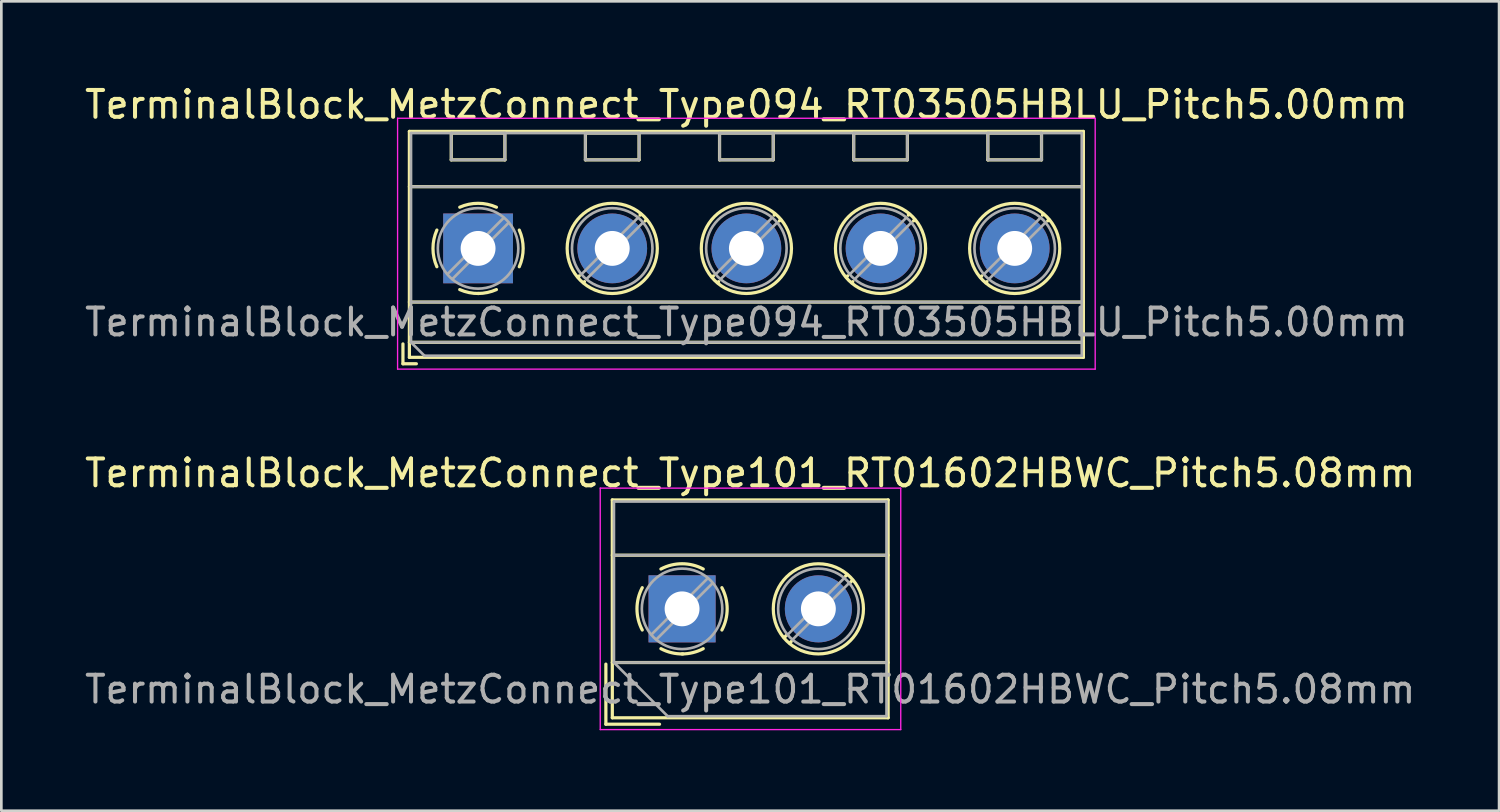
<source format=kicad_pcb>
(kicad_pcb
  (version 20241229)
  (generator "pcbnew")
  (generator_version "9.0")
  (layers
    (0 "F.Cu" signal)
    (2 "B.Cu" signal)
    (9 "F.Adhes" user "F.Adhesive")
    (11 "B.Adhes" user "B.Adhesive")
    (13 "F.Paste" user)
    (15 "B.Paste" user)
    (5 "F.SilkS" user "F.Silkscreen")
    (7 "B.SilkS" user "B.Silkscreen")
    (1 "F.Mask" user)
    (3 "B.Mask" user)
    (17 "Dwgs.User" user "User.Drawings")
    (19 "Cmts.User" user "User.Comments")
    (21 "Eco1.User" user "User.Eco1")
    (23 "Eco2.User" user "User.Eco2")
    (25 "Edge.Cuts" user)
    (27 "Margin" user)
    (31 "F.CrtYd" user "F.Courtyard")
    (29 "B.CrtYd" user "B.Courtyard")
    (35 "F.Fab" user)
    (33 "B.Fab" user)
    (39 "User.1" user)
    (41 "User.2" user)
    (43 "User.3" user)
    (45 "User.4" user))
  (footprint "TerminalBlock_MetzConnect_Type094_RT03505HBLU_Pitch5.00mm"
    (layer "F.Cu")
    (at 14.768 6.208)
    (property "Reference" "TerminalBlock_MetzConnect_Type094_RT03505HBLU_Pitch5.00mm" (at 10 -5.36 0) (layer "F.SilkS") (effects (font (size 1 1) (thickness 0.15))))
    (attr through_hole)
    (fp_line (start -2.8 3.56) (end -2.8 4.3) (stroke (width 0.12) (type solid)) (layer "F.SilkS"))
    (fp_line (start -2.8 4.3) (end -2.3 4.3) (stroke (width 0.12) (type solid)) (layer "F.SilkS"))
    (fp_line (start -2.56 -4.36) (end -2.56 4.06) (stroke (width 0.12) (type solid)) (layer "F.SilkS"))
    (fp_line (start -2.56 -2.3) (end 22.56 -2.3) (stroke (width 0.12) (type solid)) (layer "F.SilkS"))
    (fp_line (start -2.56 2) (end 22.56 2) (stroke (width 0.12) (type solid)) (layer "F.SilkS"))
    (fp_line (start -2.56 3.5) (end 22.56 3.5) (stroke (width 0.12) (type solid)) (layer "F.SilkS"))
    (fp_line (start -2.56 4.06) (end 22.56 4.06) (stroke (width 0.12) (type solid)) (layer "F.SilkS"))
    (fp_line (start -1 -4.3) (end -1 -3.3) (stroke (width 0.12) (type solid)) (layer "F.SilkS"))
    (fp_line (start -1 -4.3) (end 1 -4.3) (stroke (width 0.12) (type solid)) (layer "F.SilkS"))
    (fp_line (start -1 -3.3) (end 1 -3.3) (stroke (width 0.12) (type solid)) (layer "F.SilkS"))
    (fp_line (start 1 -4.3) (end 1 -3.3) (stroke (width 0.12) (type solid)) (layer "F.SilkS"))
    (fp_line (start 3.773 1.023) (end 3.726 1.069) (stroke (width 0.12) (type solid)) (layer "F.SilkS"))
    (fp_line (start 3.966 1.239) (end 3.931 1.274) (stroke (width 0.12) (type solid)) (layer "F.SilkS"))
    (fp_line (start 4 -4.3) (end 4 -3.3) (stroke (width 0.12) (type solid)) (layer "F.SilkS"))
    (fp_line (start 4 -4.3) (end 6 -4.3) (stroke (width 0.12) (type solid)) (layer "F.SilkS"))
    (fp_line (start 4 -3.3) (end 6 -3.3) (stroke (width 0.12) (type solid)) (layer "F.SilkS"))
    (fp_line (start 6 -4.3) (end 6 -3.3) (stroke (width 0.12) (type solid)) (layer "F.SilkS"))
    (fp_line (start 6.07 -1.275) (end 6.035 -1.239) (stroke (width 0.12) (type solid)) (layer "F.SilkS"))
    (fp_line (start 6.275 -1.069) (end 6.228 -1.023) (stroke (width 0.12) (type solid)) (layer "F.SilkS"))
    (fp_line (start 8.773 1.023) (end 8.726 1.069) (stroke (width 0.12) (type solid)) (layer "F.SilkS"))
    (fp_line (start 8.966 1.239) (end 8.931 1.274) (stroke (width 0.12) (type solid)) (layer "F.SilkS"))
    (fp_line (start 9 -4.3) (end 9 -3.3) (stroke (width 0.12) (type solid)) (layer "F.SilkS"))
    (fp_line (start 9 -4.3) (end 11 -4.3) (stroke (width 0.12) (type solid)) (layer "F.SilkS"))
    (fp_line (start 9 -3.3) (end 11 -3.3) (stroke (width 0.12) (type solid)) (layer "F.SilkS"))
    (fp_line (start 11 -4.3) (end 11 -3.3) (stroke (width 0.12) (type solid)) (layer "F.SilkS"))
    (fp_line (start 11.07 -1.275) (end 11.035 -1.239) (stroke (width 0.12) (type solid)) (layer "F.SilkS"))
    (fp_line (start 11.275 -1.069) (end 11.228 -1.023) (stroke (width 0.12) (type solid)) (layer "F.SilkS"))
    (fp_line (start 13.773 1.023) (end 13.726 1.069) (stroke (width 0.12) (type solid)) (layer "F.SilkS"))
    (fp_line (start 13.966 1.239) (end 13.931 1.274) (stroke (width 0.12) (type solid)) (layer "F.SilkS"))
    (fp_line (start 14 -4.3) (end 14 -3.3) (stroke (width 0.12) (type solid)) (layer "F.SilkS"))
    (fp_line (start 14 -4.3) (end 16 -4.3) (stroke (width 0.12) (type solid)) (layer "F.SilkS"))
    (fp_line (start 14 -3.3) (end 16 -3.3) (stroke (width 0.12) (type solid)) (layer "F.SilkS"))
    (fp_line (start 16 -4.3) (end 16 -3.3) (stroke (width 0.12) (type solid)) (layer "F.SilkS"))
    (fp_line (start 16.07 -1.275) (end 16.035 -1.239) (stroke (width 0.12) (type solid)) (layer "F.SilkS"))
    (fp_line (start 16.275 -1.069) (end 16.228 -1.023) (stroke (width 0.12) (type solid)) (layer "F.SilkS"))
    (fp_line (start 18.773 1.023) (end 18.726 1.069) (stroke (width 0.12) (type solid)) (layer "F.SilkS"))
    (fp_line (start 18.966 1.239) (end 18.931 1.274) (stroke (width 0.12) (type solid)) (layer "F.SilkS"))
    (fp_line (start 19 -4.3) (end 19 -3.3) (stroke (width 0.12) (type solid)) (layer "F.SilkS"))
    (fp_line (start 19 -4.3) (end 21 -4.3) (stroke (width 0.12) (type solid)) (layer "F.SilkS"))
    (fp_line (start 19 -3.3) (end 21 -3.3) (stroke (width 0.12) (type solid)) (layer "F.SilkS"))
    (fp_line (start 21 -4.3) (end 21 -3.3) (stroke (width 0.12) (type solid)) (layer "F.SilkS"))
    (fp_line (start 21.07 -1.275) (end 21.035 -1.239) (stroke (width 0.12) (type solid)) (layer "F.SilkS"))
    (fp_line (start 21.275 -1.069) (end 21.228 -1.023) (stroke (width 0.12) (type solid)) (layer "F.SilkS"))
    (fp_line (start 22.56 -4.36) (end -2.56 -4.36) (stroke (width 0.12) (type solid)) (layer "F.SilkS"))
    (fp_line (start 22.56 4.06) (end 22.56 -4.36) (stroke (width 0.12) (type solid)) (layer "F.SilkS"))
    (fp_arc (start -1.535427 0.683042) (mid -1.680501 -0.000524) (end -1.535 -0.684) (stroke (width 0.12) (type solid)) (layer "F.SilkS"))
    (fp_arc (start -0.683042 -1.535427) (mid 0.000524 -1.680501) (end 0.684 -1.535) (stroke (width 0.12) (type solid)) (layer "F.SilkS"))
    (fp_arc (start 0.028805 1.680253) (mid -0.335551 1.646659) (end -0.684 1.535) (stroke (width 0.12) (type solid)) (layer "F.SilkS"))
    (fp_arc (start 0.683318 1.534756) (mid 0.349292 1.643288) (end 0 1.68) (stroke (width 0.12) (type solid)) (layer "F.SilkS"))
    (fp_arc (start 1.535427 -0.683042) (mid 1.680501 0.000524) (end 1.535 0.684) (stroke (width 0.12) (type solid)) (layer "F.SilkS"))
    (fp_circle (center 5 0) (end 6.68 0) (stroke (width 0.12) (type solid)) (fill no) (layer "F.SilkS"))
    (fp_circle (center 10 0) (end 11.68 0) (stroke (width 0.12) (type solid)) (fill no) (layer "F.SilkS"))
    (fp_circle (center 15 0) (end 16.68 0) (stroke (width 0.12) (type solid)) (fill no) (layer "F.SilkS"))
    (fp_circle (center 20 0) (end 21.68 0) (stroke (width 0.12) (type solid)) (fill no) (layer "F.SilkS"))
    (fp_line (start -3 -4.85) (end -3 4.5) (stroke (width 0.05) (type solid)) (layer "F.CrtYd"))
    (fp_line (start -3 4.5) (end 23 4.5) (stroke (width 0.05) (type solid)) (layer "F.CrtYd"))
    (fp_line (start 23 -4.85) (end -3 -4.85) (stroke (width 0.05) (type solid)) (layer "F.CrtYd"))
    (fp_line (start 23 4.5) (end 23 -4.85) (stroke (width 0.05) (type solid)) (layer "F.CrtYd"))
    (fp_line (start -2.5 -4.3) (end 22.5 -4.3) (stroke (width 0.1) (type solid)) (layer "F.Fab"))
    (fp_line (start -2.5 -2.3) (end 22.5 -2.3) (stroke (width 0.1) (type solid)) (layer "F.Fab"))
    (fp_line (start -2.5 2) (end 22.5 2) (stroke (width 0.1) (type solid)) (layer "F.Fab"))
    (fp_line (start -2.5 3.5) (end -2.5 -4.3) (stroke (width 0.1) (type solid)) (layer "F.Fab"))
    (fp_line (start -2.5 3.5) (end 22.5 3.5) (stroke (width 0.1) (type solid)) (layer "F.Fab"))
    (fp_line (start -2 4) (end -2.5 3.5) (stroke (width 0.1) (type solid)) (layer "F.Fab"))
    (fp_line (start -1 -4.3) (end -1 -3.3) (stroke (width 0.1) (type solid)) (layer "F.Fab"))
    (fp_line (start -1 -3.3) (end 1 -3.3) (stroke (width 0.1) (type solid)) (layer "F.Fab"))
    (fp_line (start 0.955 -1.138) (end -1.138 0.955) (stroke (width 0.1) (type solid)) (layer "F.Fab"))
    (fp_line (start 1 -4.3) (end -1 -4.3) (stroke (width 0.1) (type solid)) (layer "F.Fab"))
    (fp_line (start 1 -3.3) (end 1 -4.3) (stroke (width 0.1) (type solid)) (layer "F.Fab"))
    (fp_line (start 1.138 -0.955) (end -0.955 1.138) (stroke (width 0.1) (type solid)) (layer "F.Fab"))
    (fp_line (start 4 -4.3) (end 4 -3.3) (stroke (width 0.1) (type solid)) (layer "F.Fab"))
    (fp_line (start 4 -3.3) (end 6 -3.3) (stroke (width 0.1) (type solid)) (layer "F.Fab"))
    (fp_line (start 5.955 -1.138) (end 3.863 0.955) (stroke (width 0.1) (type solid)) (layer "F.Fab"))
    (fp_line (start 6 -4.3) (end 4 -4.3) (stroke (width 0.1) (type solid)) (layer "F.Fab"))
    (fp_line (start 6 -3.3) (end 6 -4.3) (stroke (width 0.1) (type solid)) (layer "F.Fab"))
    (fp_line (start 6.138 -0.955) (end 4.046 1.138) (stroke (width 0.1) (type solid)) (layer "F.Fab"))
    (fp_line (start 9 -4.3) (end 9 -3.3) (stroke (width 0.1) (type solid)) (layer "F.Fab"))
    (fp_line (start 9 -3.3) (end 11 -3.3) (stroke (width 0.1) (type solid)) (layer "F.Fab"))
    (fp_line (start 10.955 -1.138) (end 8.863 0.955) (stroke (width 0.1) (type solid)) (layer "F.Fab"))
    (fp_line (start 11 -4.3) (end 9 -4.3) (stroke (width 0.1) (type solid)) (layer "F.Fab"))
    (fp_line (start 11 -3.3) (end 11 -4.3) (stroke (width 0.1) (type solid)) (layer "F.Fab"))
    (fp_line (start 11.138 -0.955) (end 9.046 1.138) (stroke (width 0.1) (type solid)) (layer "F.Fab"))
    (fp_line (start 14 -4.3) (end 14 -3.3) (stroke (width 0.1) (type solid)) (layer "F.Fab"))
    (fp_line (start 14 -3.3) (end 16 -3.3) (stroke (width 0.1) (type solid)) (layer "F.Fab"))
    (fp_line (start 15.955 -1.138) (end 13.863 0.955) (stroke (width 0.1) (type solid)) (layer "F.Fab"))
    (fp_line (start 16 -4.3) (end 14 -4.3) (stroke (width 0.1) (type solid)) (layer "F.Fab"))
    (fp_line (start 16 -3.3) (end 16 -4.3) (stroke (width 0.1) (type solid)) (layer "F.Fab"))
    (fp_line (start 16.138 -0.955) (end 14.046 1.138) (stroke (width 0.1) (type solid)) (layer "F.Fab"))
    (fp_line (start 19 -4.3) (end 19 -3.3) (stroke (width 0.1) (type solid)) (layer "F.Fab"))
    (fp_line (start 19 -3.3) (end 21 -3.3) (stroke (width 0.1) (type solid)) (layer "F.Fab"))
    (fp_line (start 20.955 -1.138) (end 18.863 0.955) (stroke (width 0.1) (type solid)) (layer "F.Fab"))
    (fp_line (start 21 -4.3) (end 19 -4.3) (stroke (width 0.1) (type solid)) (layer "F.Fab"))
    (fp_line (start 21 -3.3) (end 21 -4.3) (stroke (width 0.1) (type solid)) (layer "F.Fab"))
    (fp_line (start 21.138 -0.955) (end 19.046 1.138) (stroke (width 0.1) (type solid)) (layer "F.Fab"))
    (fp_line (start 22.5 -4.3) (end 22.5 4) (stroke (width 0.1) (type solid)) (layer "F.Fab"))
    (fp_line (start 22.5 4) (end -2 4) (stroke (width 0.1) (type solid)) (layer "F.Fab"))
    (fp_circle (center 0 0) (end 1.5 0) (stroke (width 0.1) (type solid)) (fill no) (layer "F.Fab"))
    (fp_circle (center 5 0) (end 6.5 0) (stroke (width 0.1) (type solid)) (fill no) (layer "F.Fab"))
    (fp_circle (center 10 0) (end 11.5 0) (stroke (width 0.1) (type solid)) (fill no) (layer "F.Fab"))
    (fp_circle (center 15 0) (end 16.5 0) (stroke (width 0.1) (type solid)) (fill no) (layer "F.Fab"))
    (fp_circle (center 20 0) (end 21.5 0) (stroke (width 0.1) (type solid)) (fill no) (layer "F.Fab"))
    (fp_text user "${REFERENCE}" (at 10 2.75 0) (layer "F.Fab") (effects (font (size 1 1) (thickness 0.15))))
    (pad "1" thru_hole rect (at 0 0) (size 2.6 2.6) (drill 1.3) (layers "*.Cu" "*.Mask"))
    (pad "2" thru_hole circle (at 5 0) (size 2.6 2.6) (drill 1.3) (layers "*.Cu" "*.Mask"))
    (pad "3" thru_hole circle (at 10 0) (size 2.6 2.6) (drill 1.3) (layers "*.Cu" "*.Mask"))
    (pad "4" thru_hole circle (at 15 0) (size 2.6 2.6) (drill 1.3) (layers "*.Cu" "*.Mask"))
    (pad "5" thru_hole circle (at 20 0) (size 2.6 2.6) (drill 1.3) (layers "*.Cu" "*.Mask")))
  (footprint "TerminalBlock_MetzConnect_Type101_RT01602HBWC_Pitch5.08mm"
    (layer "F.Cu")
    (at 22.371 19.642)
    (property "Reference" "TerminalBlock_MetzConnect_Type101_RT01602HBWC_Pitch5.08mm" (at 2.54 -5.06 0) (layer "F.SilkS") (effects (font (size 1 1) (thickness 0.15))))
    (attr through_hole)
    (fp_line (start -2.84 2.06) (end -2.84 4.3) (stroke (width 0.12) (type solid)) (layer "F.SilkS"))
    (fp_line (start -2.84 4.3) (end -0.84 4.3) (stroke (width 0.12) (type solid)) (layer "F.SilkS"))
    (fp_line (start -2.6 -4.06) (end -2.6 4.06) (stroke (width 0.12) (type solid)) (layer "F.SilkS"))
    (fp_line (start -2.6 -2) (end 7.68 -2) (stroke (width 0.12) (type solid)) (layer "F.SilkS"))
    (fp_line (start -2.6 2) (end 7.68 2) (stroke (width 0.12) (type solid)) (layer "F.SilkS"))
    (fp_line (start -2.6 4.06) (end 7.68 4.06) (stroke (width 0.12) (type solid)) (layer "F.SilkS"))
    (fp_line (start 3.9 0.976) (end 3.806 1.069) (stroke (width 0.12) (type solid)) (layer "F.SilkS"))
    (fp_line (start 4.07 1.216) (end 4.011 1.274) (stroke (width 0.12) (type solid)) (layer "F.SilkS"))
    (fp_line (start 6.15 -1.275) (end 6.091 -1.216) (stroke (width 0.12) (type solid)) (layer "F.SilkS"))
    (fp_line (start 6.355 -1.069) (end 6.261 -0.976) (stroke (width 0.12) (type solid)) (layer "F.SilkS"))
    (fp_line (start 7.68 -4.06) (end -2.6 -4.06) (stroke (width 0.12) (type solid)) (layer "F.SilkS"))
    (fp_line (start 7.68 4.06) (end 7.68 -4.06) (stroke (width 0.12) (type solid)) (layer "F.SilkS"))
    (fp_arc (start -1.483953 0.789089) (mid -1.680708 0.00005) (end -1.484 -0.789) (stroke (width 0.12) (type solid)) (layer "F.SilkS"))
    (fp_arc (start -0.789089 -1.483953) (mid -0.00005 -1.680708) (end 0.789 -1.484) (stroke (width 0.12) (type solid)) (layer "F.SilkS"))
    (fp_arc (start 0.029383 1.68045) (mid -0.392304 1.634281) (end -0.789 1.484) (stroke (width 0.12) (type solid)) (layer "F.SilkS"))
    (fp_arc (start 0.788712 1.483352) (mid 0.406429 1.630097) (end 0 1.68) (stroke (width 0.12) (type solid)) (layer "F.SilkS"))
    (fp_arc (start 1.483953 -0.789089) (mid 1.680708 -0.00005) (end 1.484 0.789) (stroke (width 0.12) (type solid)) (layer "F.SilkS"))
    (fp_circle (center 5.08 0) (end 6.76 0) (stroke (width 0.12) (type solid)) (fill no) (layer "F.SilkS"))
    (fp_line (start -3.05 -4.5) (end -3.05 4.5) (stroke (width 0.05) (type solid)) (layer "F.CrtYd"))
    (fp_line (start -3.05 4.5) (end 8.15 4.5) (stroke (width 0.05) (type solid)) (layer "F.CrtYd"))
    (fp_line (start 8.15 -4.5) (end -3.05 -4.5) (stroke (width 0.05) (type solid)) (layer "F.CrtYd"))
    (fp_line (start 8.15 4.5) (end 8.15 -4.5) (stroke (width 0.05) (type solid)) (layer "F.CrtYd"))
    (fp_line (start -2.54 -4) (end 7.62 -4) (stroke (width 0.1) (type solid)) (layer "F.Fab"))
    (fp_line (start -2.54 -2) (end 7.62 -2) (stroke (width 0.1) (type solid)) (layer "F.Fab"))
    (fp_line (start -2.54 2) (end -2.54 -4) (stroke (width 0.1) (type solid)) (layer "F.Fab"))
    (fp_line (start -2.54 2) (end 7.62 2) (stroke (width 0.1) (type solid)) (layer "F.Fab"))
    (fp_line (start -0.54 4) (end -2.54 2) (stroke (width 0.1) (type solid)) (layer "F.Fab"))
    (fp_line (start 0.955 -1.138) (end -1.138 0.955) (stroke (width 0.1) (type solid)) (layer "F.Fab"))
    (fp_line (start 1.138 -0.955) (end -0.955 1.138) (stroke (width 0.1) (type solid)) (layer "F.Fab"))
    (fp_line (start 6.035 -1.138) (end 3.943 0.955) (stroke (width 0.1) (type solid)) (layer "F.Fab"))
    (fp_line (start 6.218 -0.955) (end 4.126 1.138) (stroke (width 0.1) (type solid)) (layer "F.Fab"))
    (fp_line (start 7.62 -4) (end 7.62 4) (stroke (width 0.1) (type solid)) (layer "F.Fab"))
    (fp_line (start 7.62 4) (end -0.54 4) (stroke (width 0.1) (type solid)) (layer "F.Fab"))
    (fp_circle (center 0 0) (end 1.5 0) (stroke (width 0.1) (type solid)) (fill no) (layer "F.Fab"))
    (fp_circle (center 5.08 0) (end 6.58 0) (stroke (width 0.1) (type solid)) (fill no) (layer "F.Fab"))
    (fp_text user "${REFERENCE}" (at 2.54 3 0) (layer "F.Fab") (effects (font (size 1 1) (thickness 0.15))))
    (pad "1" thru_hole rect (at 0 0) (size 2.5 2.5) (drill 1.3) (layers "*.Cu" "*.Mask"))
    (pad "2" thru_hole circle (at 5.08 0) (size 2.5 2.5) (drill 1.3) (layers "*.Cu" "*.Mask")))
  (gr_rect
    (start -3 -3)
    (end 52.821 27.166)
    (stroke (width 0.1) (type default))
    (fill no)
    (layer "Edge.Cuts")))
</source>
